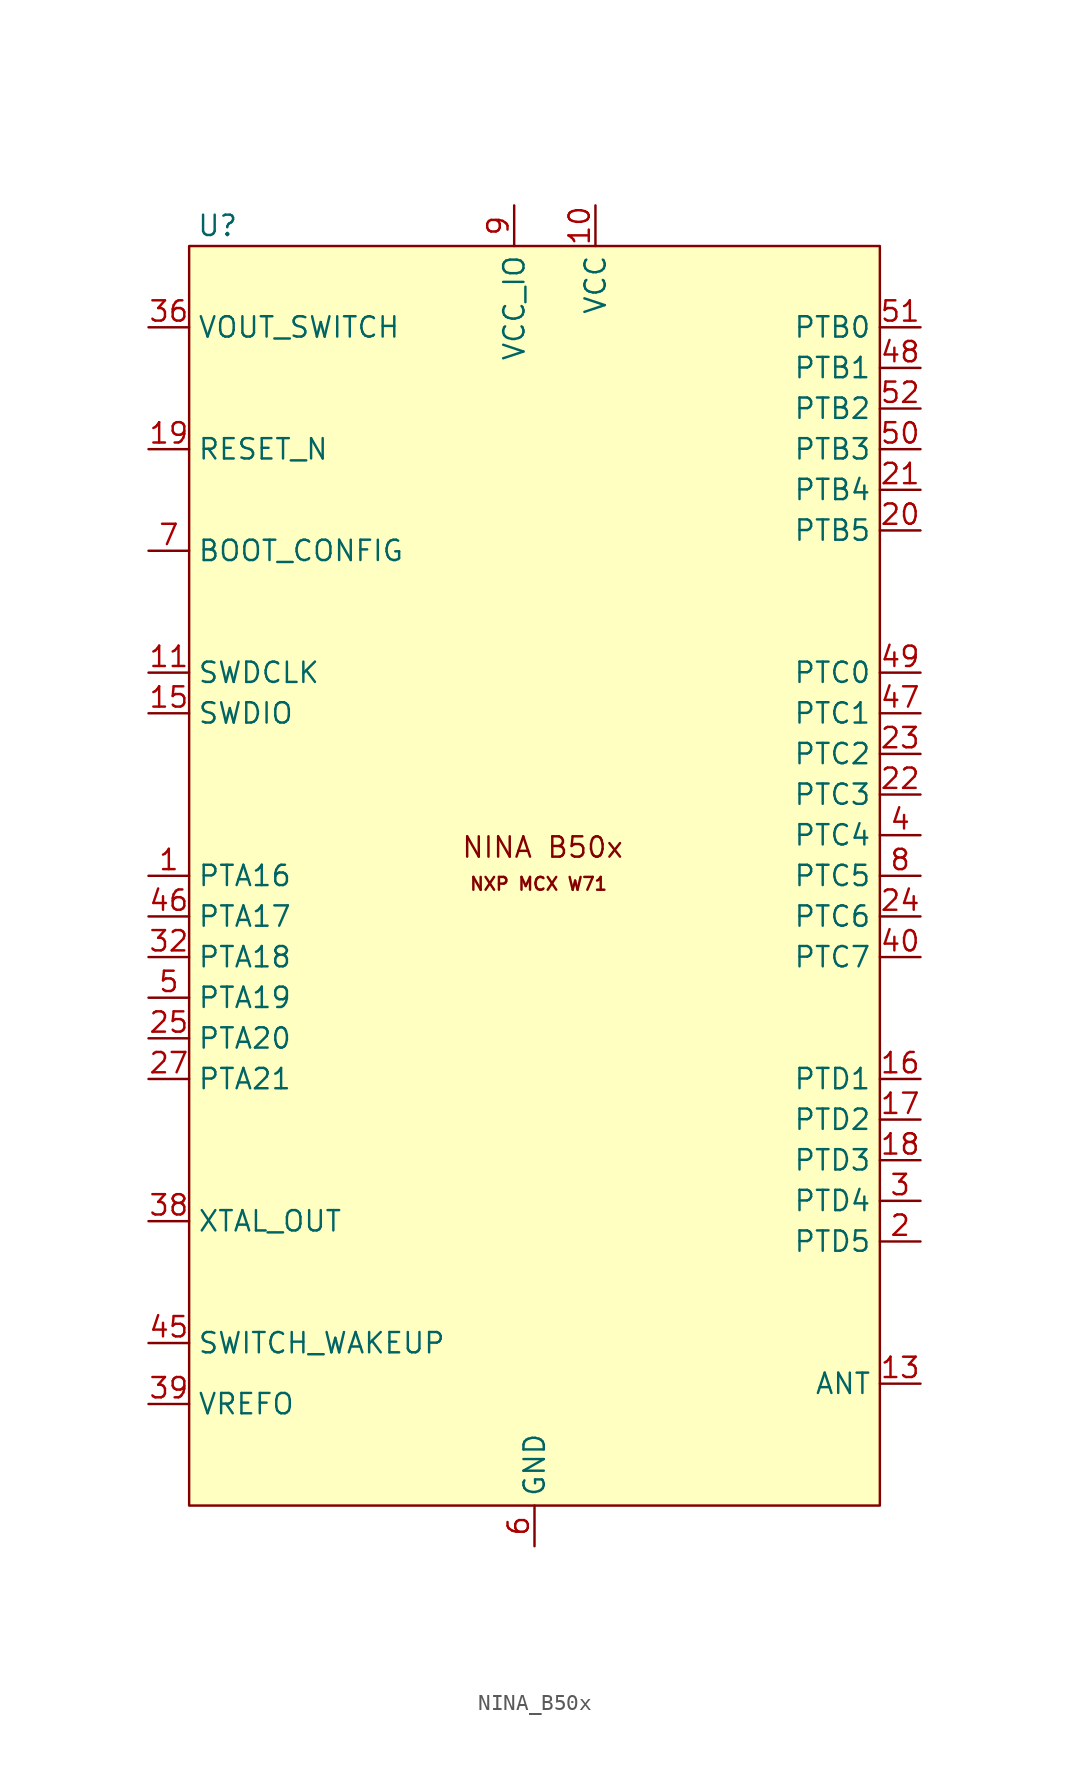
<source format=kicad_sym>
(kicad_symbol_lib
  (version 20241209)
  (generator "kicad_symbol_editor")
  (generator_version "9.0")
  (symbol "NINA_B50x"
    (property "Reference" "U"
      (at -19.812 40.64 0)
      (effects (font (size 1.27 1.27))))
    (property "Value" ""
      (at 0 0 0)
      (effects (font (size 1.27 1.27))))
    (symbol "NINA_B50x_1_1"
      (rectangle (start -21.59 39.37) (end 21.59 -39.37) (stroke (width 0) (type solid)) (fill (type background)))
      (text "NXP MCX W71" (at 0.254 -0.508 0) (effects (font (size 0.8 0.8))))
      (text "NINA B50x" (at 0.508 1.778 0) (effects (font (size 1.27 1.27))))
      (pin bidirectional line (at -24.13 34.29 0) (length 2.54) (name "VOUT_SWITCH" (effects (font (size 1.27 1.27)))) (number "36" (effects (font (size 1.27 1.27)))))
      (pin bidirectional line (at -24.13 26.67 0) (length 2.54) (name "RESET_N" (effects (font (size 1.27 1.27)))) (number "19" (effects (font (size 1.27 1.27)))) (alternate "PTD0" bidirectional line))
      (pin bidirectional line (at -24.13 20.32 0) (length 2.54) (name "BOOT_CONFIG" (effects (font (size 1.27 1.27)))) (number "7" (effects (font (size 1.27 1.27)))) (alternate "PTA4" bidirectional line) (alternate "SWDSWO" output line))
      (pin bidirectional line (at -24.13 12.7 0) (length 2.54) (name "SWDCLK" (effects (font (size 1.27 1.27)))) (number "11" (effects (font (size 1.27 1.27)))) (alternate "PTA1" bidirectional line))
      (pin bidirectional line (at -24.13 10.16 0) (length 2.54) (name "SWDIO" (effects (font (size 1.27 1.27)))) (number "15" (effects (font (size 1.27 1.27)))) (alternate "PTA0" bidirectional line))
      (pin bidirectional line (at -24.13 0 0) (length 2.54) (name "PTA16" (effects (font (size 1.27 1.27)))) (number "1" (effects (font (size 1.27 1.27)))))
      (pin bidirectional line (at -24.13 -2.54 0) (length 2.54) (name "PTA17" (effects (font (size 1.27 1.27)))) (number "46" (effects (font (size 1.27 1.27)))) (alternate "LPI2C0_SDAS" bidirectional line))
      (pin bidirectional line (at -24.13 -5.08 0) (length 2.54) (name "PTA18" (effects (font (size 1.27 1.27)))) (number "32" (effects (font (size 1.27 1.27)))) (alternate "LPI2C0_SDA" bidirectional line))
      (pin bidirectional line (at -24.13 -7.62 0) (length 2.54) (name "PTA19" (effects (font (size 1.27 1.27)))) (number "5" (effects (font (size 1.27 1.27)))) (alternate "LPI2C0_SCL" bidirectional line))
      (pin bidirectional line (at -24.13 -10.16 0) (length 2.54) (name "PTA20" (effects (font (size 1.27 1.27)))) (number "25" (effects (font (size 1.27 1.27)))) (alternate "LPUART0_TX" output line))
      (pin bidirectional line (at -24.13 -12.7 0) (length 2.54) (name "PTA21" (effects (font (size 1.27 1.27)))) (number "27" (effects (font (size 1.27 1.27)))) (alternate "LPUART0_RX" input line))
      (pin output line (at -24.13 -21.59 0) (length 2.54) (name "XTAL_OUT" (effects (font (size 1.27 1.27)))) (number "38" (effects (font (size 1.27 1.27)))))
      (pin bidirectional line (at -24.13 -29.21 0) (length 2.54) (name "SWITCH_WAKEUP" (effects (font (size 1.27 1.27)))) (number "45" (effects (font (size 1.27 1.27)))))
      (pin power_out line (at -24.13 -33.02 0) (length 2.54) (name "VREFO" (effects (font (size 1.27 1.27)))) (number "39" (effects (font (size 1.27 1.27)))))
      (pin no_connect line (at -19.05 -41.91 90) (length 2.54) (hide yes) (name "RSVD" (effects (font (size 1.27 1.27)))) (number "28" (effects (font (size 1.27 1.27)))))
      (pin no_connect line (at -16.51 -41.91 90) (length 2.54) (hide yes) (name "RSVD" (effects (font (size 1.27 1.27)))) (number "29" (effects (font (size 1.27 1.27)))))
      (pin no_connect line (at -13.97 -41.91 90) (length 2.54) (hide yes) (name "RSVD" (effects (font (size 1.27 1.27)))) (number "31" (effects (font (size 1.27 1.27)))))
      (pin no_connect line (at -11.43 -41.91 90) (length 2.54) (hide yes) (name "RSVD" (effects (font (size 1.27 1.27)))) (number "33" (effects (font (size 1.27 1.27)))))
      (pin no_connect line (at -8.89 -41.91 90) (length 2.54) (hide yes) (name "RSVD" (effects (font (size 1.27 1.27)))) (number "34" (effects (font (size 1.27 1.27)))))
      (pin no_connect line (at -6.35 -41.91 90) (length 2.54) (hide yes) (name "RSVD" (effects (font (size 1.27 1.27)))) (number "35" (effects (font (size 1.27 1.27)))))
      (pin no_connect line (at -3.81 -41.91 90) (length 2.54) (hide yes) (name "RSVD" (effects (font (size 1.27 1.27)))) (number "37" (effects (font (size 1.27 1.27)))))
      (pin power_in line (at -1.27 41.91 270) (length 2.54) (name "VCC_IO" (effects (font (size 1.27 1.27)))) (number "9" (effects (font (size 1.27 1.27)))))
      (pin power_in line (at 0 -41.91 90) (length 2.54) (hide yes) (name "GND" (effects (font (size 1.27 1.27)))) (number "12" (effects (font (size 1.27 1.27)))))
      (pin power_in line (at 0 -41.91 90) (length 2.54) (hide yes) (name "GND" (effects (font (size 1.27 1.27)))) (number "14" (effects (font (size 1.27 1.27)))))
      (pin power_in line (at 0 -41.91 90) (length 2.54) (hide yes) (name "GND" (effects (font (size 1.27 1.27)))) (number "26" (effects (font (size 1.27 1.27)))))
      (pin power_in line (at 0 -41.91 90) (length 2.54) (hide yes) (name "GND" (effects (font (size 1.27 1.27)))) (number "30" (effects (font (size 1.27 1.27)))))
      (pin power_in line (at 0 -41.91 90) (length 2.54) (hide yes) (name "GND" (effects (font (size 1.27 1.27)))) (number "53" (effects (font (size 1.27 1.27)))))
      (pin power_in line (at 0 -41.91 90) (length 2.54) (name "GND" (effects (font (size 1.27 1.27)))) (number "6" (effects (font (size 1.27 1.27)))))
      (pin power_in line (at 0 -41.91 90) (length 2.54) (hide yes) (name "GND" (effects (font (size 1.27 1.27)))) (number "EGP" (effects (font (size 1.27 1.27)))))
      (pin power_in line (at 3.81 41.91 270) (length 2.54) (name "VCC" (effects (font (size 1.27 1.27)))) (number "10" (effects (font (size 1.27 1.27)))))
      (pin no_connect line (at 5.08 -41.91 90) (length 2.54) (hide yes) (name "RSVD" (effects (font (size 1.27 1.27)))) (number "41" (effects (font (size 1.27 1.27)))))
      (pin no_connect line (at 7.62 -41.91 90) (length 2.54) (hide yes) (name "RSVD" (effects (font (size 1.27 1.27)))) (number "42" (effects (font (size 1.27 1.27)))))
      (pin no_connect line (at 10.16 -41.91 90) (length 2.54) (hide yes) (name "RSVD" (effects (font (size 1.27 1.27)))) (number "43" (effects (font (size 1.27 1.27)))))
      (pin no_connect line (at 12.7 -41.91 90) (length 2.54) (hide yes) (name "RSVD" (effects (font (size 1.27 1.27)))) (number "44" (effects (font (size 1.27 1.27)))))
      (pin no_connect line (at 17.78 -41.91 90) (length 2.54) (hide yes) (name "RSVD" (effects (font (size 1.27 1.27)))) (number "54" (effects (font (size 1.27 1.27)))))
      (pin no_connect line (at 20.32 -41.91 90) (length 2.54) (hide yes) (name "RSVD" (effects (font (size 1.27 1.27)))) (number "55" (effects (font (size 1.27 1.27)))))
      (pin bidirectional line (at 24.13 34.29 180) (length 2.54) (name "PTB0" (effects (font (size 1.27 1.27)))) (number "51" (effects (font (size 1.27 1.27)))) (alternate "ADC0_B10" input line) (alternate "LPSPI1_PCS0" output line))
      (pin bidirectional line (at 24.13 31.75 180) (length 2.54) (name "PTB1" (effects (font (size 1.27 1.27)))) (number "48" (effects (font (size 1.27 1.27)))) (alternate "LBSPI1_SIN" input line))
      (pin bidirectional line (at 24.13 29.21 180) (length 2.54) (name "PTB2" (effects (font (size 1.27 1.27)))) (number "52" (effects (font (size 1.27 1.27)))) (alternate "LPUART1_TX" output line) (alternate "QSPI1_SCK" output line))
      (pin bidirectional line (at 24.13 26.67 180) (length 2.54) (name "PTB3" (effects (font (size 1.27 1.27)))) (number "50" (effects (font (size 1.27 1.27)))) (alternate "LPSPI1_SOUT" output line) (alternate "LPUART1_RX" input line))
      (pin bidirectional line (at 24.13 24.13 180) (length 2.54) (name "PTB4" (effects (font (size 1.27 1.27)))) (number "21" (effects (font (size 1.27 1.27)))) (alternate "LPI2C1_SDA" bidirectional line))
      (pin bidirectional line (at 24.13 21.59 180) (length 2.54) (name "PTB5" (effects (font (size 1.27 1.27)))) (number "20" (effects (font (size 1.27 1.27)))) (alternate "LPI2C1_SCL" bidirectional line))
      (pin bidirectional line (at 24.13 12.7 180) (length 2.54) (name "PTC0" (effects (font (size 1.27 1.27)))) (number "49" (effects (font (size 1.27 1.27)))) (alternate "LPSPI1_PCS2" output line))
      (pin bidirectional line (at 24.13 10.16 180) (length 2.54) (name "PTC1" (effects (font (size 1.27 1.27)))) (number "47" (effects (font (size 1.27 1.27)))) (alternate "LPSPI1_PCS3" output line))
      (pin bidirectional line (at 24.13 7.62 180) (length 2.54) (name "PTC2" (effects (font (size 1.27 1.27)))) (number "23" (effects (font (size 1.27 1.27)))))
      (pin bidirectional line (at 24.13 5.08 180) (length 2.54) (name "PTC3" (effects (font (size 1.27 1.27)))) (number "22" (effects (font (size 1.27 1.27)))))
      (pin bidirectional line (at 24.13 2.54 180) (length 2.54) (name "PTC4" (effects (font (size 1.27 1.27)))) (number "4" (effects (font (size 1.27 1.27)))))
      (pin bidirectional line (at 24.13 0 180) (length 2.54) (name "PTC5" (effects (font (size 1.27 1.27)))) (number "8" (effects (font (size 1.27 1.27)))))
      (pin bidirectional line (at 24.13 -2.54 180) (length 2.54) (name "PTC6" (effects (font (size 1.27 1.27)))) (number "24" (effects (font (size 1.27 1.27)))) (alternate "ADC0_A8" input line))
      (pin bidirectional line (at 24.13 -5.08 180) (length 2.54) (name "PTC7" (effects (font (size 1.27 1.27)))) (number "40" (effects (font (size 1.27 1.27)))))
      (pin bidirectional line (at 24.13 -12.7 180) (length 2.54) (name "PTD1" (effects (font (size 1.27 1.27)))) (number "16" (effects (font (size 1.27 1.27)))) (alternate "ADC0_B5" input line))
      (pin bidirectional line (at 24.13 -15.24 180) (length 2.54) (name "PTD2" (effects (font (size 1.27 1.27)))) (number "17" (effects (font (size 1.27 1.27)))) (alternate "ADC0_A6" input line))
      (pin bidirectional line (at 24.13 -17.78 180) (length 2.54) (name "PTD3" (effects (font (size 1.27 1.27)))) (number "18" (effects (font (size 1.27 1.27)))) (alternate "ADC0_B6" input line))
      (pin bidirectional line (at 24.13 -20.32 180) (length 2.54) (name "PTD4" (effects (font (size 1.27 1.27)))) (number "3" (effects (font (size 1.27 1.27)))) (alternate "XTAL32K" bidirectional line))
      (pin bidirectional line (at 24.13 -22.86 180) (length 2.54) (name "PTD5" (effects (font (size 1.27 1.27)))) (number "2" (effects (font (size 1.27 1.27)))) (alternate "EXTAL32K" bidirectional line))
      (pin bidirectional line (at 24.13 -31.75 180) (length 2.54) (name "ANT" (effects (font (size 1.27 1.27)))) (number "13" (effects (font (size 1.27 1.27)))) (alternate "GND" power_in line)))))
</source>
